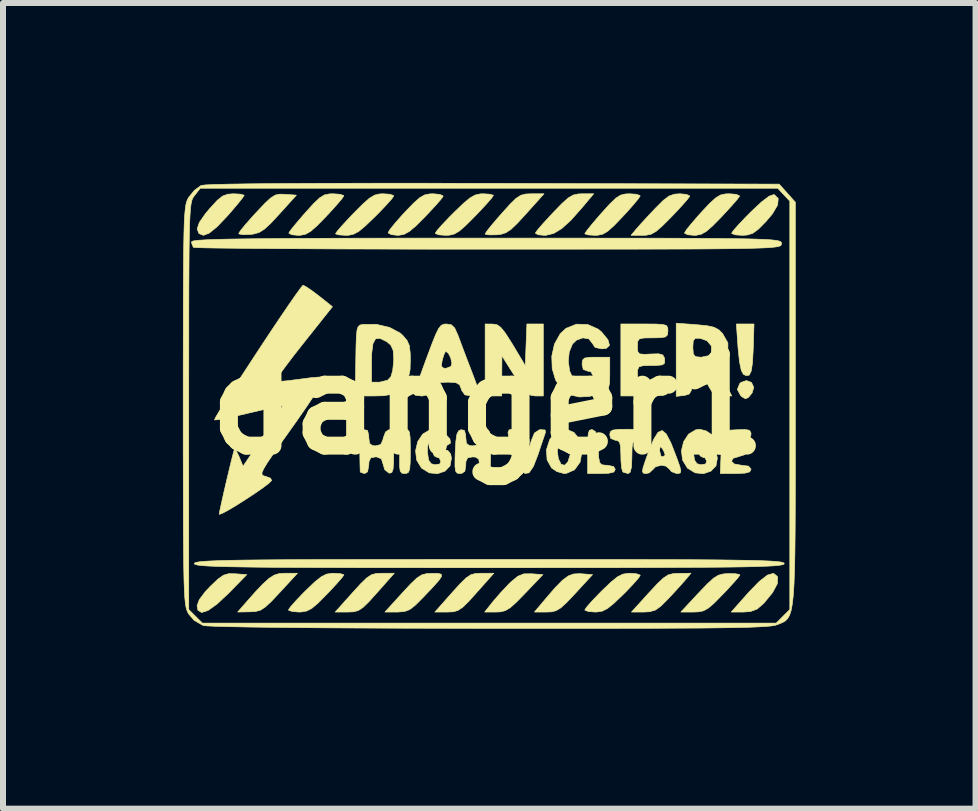
<source format=kicad_pcb>
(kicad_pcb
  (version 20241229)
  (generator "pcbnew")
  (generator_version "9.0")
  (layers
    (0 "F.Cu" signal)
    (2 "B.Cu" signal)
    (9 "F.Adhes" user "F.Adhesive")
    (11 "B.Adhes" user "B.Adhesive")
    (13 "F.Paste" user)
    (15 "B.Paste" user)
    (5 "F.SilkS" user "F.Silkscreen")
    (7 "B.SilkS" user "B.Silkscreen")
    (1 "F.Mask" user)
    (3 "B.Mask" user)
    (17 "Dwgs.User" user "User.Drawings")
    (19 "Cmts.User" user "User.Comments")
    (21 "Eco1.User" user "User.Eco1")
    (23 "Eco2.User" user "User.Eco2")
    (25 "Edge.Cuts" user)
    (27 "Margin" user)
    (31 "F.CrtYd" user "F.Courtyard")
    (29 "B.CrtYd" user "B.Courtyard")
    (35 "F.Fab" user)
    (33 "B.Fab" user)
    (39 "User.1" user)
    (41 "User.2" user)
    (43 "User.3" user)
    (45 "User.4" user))
  (footprint "danger1"
    (layer "F.Cu")
    (at 5.085 3.691)
    (property "Reference" "danger1" (at 0 0 0) (layer "F.SilkS") (effects (font (size 1.524 1.524) (thickness 0.3))))
    (attr through_hole)
    (fp_poly (pts (xy 4.396 -0.363) (xy 4.433 -0.283) (xy 4.433 -0.281) (xy 4.406 -0.191) (xy 4.344 -0.114) (xy 4.295 -0.092) (xy 4.242 -0.121) (xy 4.212 -0.148) (xy 4.159 -0.248) (xy 4.198 -0.344) (xy 4.22 -0.365) (xy 4.311 -0.396) (xy 4.396 -0.363)) (stroke (width 0.01) (type solid)) (fill yes) (layer "F.SilkS"))
    (fp_poly (pts (xy 4.424 -0.916) (xy 4.412 -0.695) (xy 4.391 -0.555) (xy 4.357 -0.486) (xy 4.305 -0.478) (xy 4.259 -0.501) (xy 4.224 -0.568) (xy 4.194 -0.715) (xy 4.172 -0.928) (xy 4.171 -0.939) (xy 4.143 -1.339) (xy 4.437 -1.339) (xy 4.424 -0.916)) (stroke (width 0.01) (type solid)) (fill yes) (layer "F.SilkS"))
    (fp_poly (pts (xy 4.825 2.869) (xy 4.831 2.883) (xy 4.826 2.992) (xy 4.747 3.139) (xy 4.604 3.314) (xy 4.49 3.414) (xy 4.376 3.456) (xy 4.259 3.464) (xy 4.057 3.464) (xy 4.344 3.14) (xy 4.525 2.953) (xy 4.664 2.846) (xy 4.763 2.819) (xy 4.825 2.869)) (stroke (width 0.01) (type solid)) (fill yes) (layer "F.SilkS"))
    (fp_poly (pts (xy -4.212 2.826) (xy -4.211 2.826) (xy -4.02 2.84) (xy -4.325 3.152) (xy -4.515 3.33) (xy -4.665 3.437) (xy -4.773 3.472) (xy -4.835 3.434) (xy -4.849 3.358) (xy -4.813 3.259) (xy -4.712 3.124) (xy -4.625 3.032) (xy -4.499 2.913) (xy -4.407 2.849) (xy -4.321 2.824) (xy -4.212 2.826)) (stroke (width 0.01) (type solid)) (fill yes) (layer "F.SilkS"))
    (fp_poly (pts (xy -1.847 3.14) (xy -1.984 3.292) (xy -2.082 3.387) (xy -2.159 3.438) (xy -2.238 3.46) (xy -2.337 3.464) (xy -2.34 3.464) (xy -2.546 3.464) (xy -2.256 3.14) (xy -2.118 2.989) (xy -2.02 2.894) (xy -1.941 2.842) (xy -1.863 2.821) (xy -1.764 2.817) (xy -1.561 2.817) (xy -1.847 3.14)) (stroke (width 0.01) (type solid)) (fill yes) (layer "F.SilkS"))
    (fp_poly (pts (xy -0.188 3.14) (xy -0.325 3.292) (xy -0.423 3.387) (xy -0.501 3.438) (xy -0.579 3.46) (xy -0.679 3.464) (xy -0.68 3.464) (xy -0.884 3.464) (xy -0.597 3.14) (xy -0.46 2.989) (xy -0.362 2.894) (xy -0.284 2.842) (xy -0.206 2.821) (xy -0.106 2.817) (xy 0.099 2.817) (xy -0.188 3.14)) (stroke (width 0.01) (type solid)) (fill yes) (layer "F.SilkS"))
    (fp_poly (pts (xy 0.917 2.84) (xy 0.62 3.152) (xy 0.475 3.3) (xy 0.372 3.392) (xy 0.289 3.441) (xy 0.207 3.461) (xy 0.134 3.464) (xy -0.054 3.464) (xy 0.084 3.29) (xy 0.211 3.143) (xy 0.351 2.994) (xy 0.382 2.964) (xy 0.497 2.868) (xy 0.599 2.827) (xy 0.729 2.826) (xy 0.917 2.84)) (stroke (width 0.01) (type solid)) (fill yes) (layer "F.SilkS"))
    (fp_poly (pts (xy 1.56 2.826) (xy 1.745 2.84) (xy 1.458 3.152) (xy 1.318 3.3) (xy 1.218 3.392) (xy 1.138 3.441) (xy 1.057 3.461) (xy 0.973 3.464) (xy 0.776 3.464) (xy 0.961 3.244) (xy 1.121 3.058) (xy 1.242 2.935) (xy 1.34 2.862) (xy 1.43 2.829) (xy 1.53 2.824) (xy 1.56 2.826)) (stroke (width 0.01) (type solid)) (fill yes) (layer "F.SilkS"))
    (fp_poly (pts (xy -3.47 3.137) (xy -3.611 3.287) (xy -3.712 3.381) (xy -3.793 3.433) (xy -3.874 3.455) (xy -3.968 3.46) (xy -4.172 3.464) (xy -4.062 3.337) (xy -3.883 3.134) (xy -3.749 2.993) (xy -3.647 2.901) (xy -3.563 2.848) (xy -3.482 2.823) (xy -3.391 2.817) (xy -3.379 2.817) (xy -3.175 2.817) (xy -3.47 3.137)) (stroke (width 0.01) (type solid)) (fill yes) (layer "F.SilkS"))
    (fp_poly (pts (xy 3.299 2.921) (xy 3.221 3.01) (xy 3.107 3.135) (xy 3.005 3.244) (xy 2.884 3.365) (xy 2.791 3.432) (xy 2.696 3.459) (xy 2.596 3.464) (xy 2.394 3.464) (xy 2.686 3.142) (xy 2.826 2.991) (xy 2.926 2.897) (xy 3.006 2.845) (xy 3.086 2.824) (xy 3.182 2.819) (xy 3.386 2.817) (xy 3.299 2.921)) (stroke (width 0.01) (type solid)) (fill yes) (layer "F.SilkS"))
    (fp_poly (pts (xy -3.38 -3.501) (xy -3.193 -3.487) (xy -3.48 -3.169) (xy -3.623 -3.016) (xy -3.728 -2.919) (xy -3.815 -2.865) (xy -3.906 -2.839) (xy -3.961 -2.832) (xy -4.08 -2.828) (xy -4.148 -2.84) (xy -4.154 -2.849) (xy -4.124 -2.897) (xy -4.044 -2.995) (xy -3.929 -3.126) (xy -3.86 -3.201) (xy -3.72 -3.349) (xy -3.622 -3.44) (xy -3.546 -3.488) (xy -3.472 -3.504) (xy -3.38 -3.501)) (stroke (width 0.01) (type solid)) (fill yes) (layer "F.SilkS"))
    (fp_poly (pts (xy -1.334 0.426) (xy -1.309 0.463) (xy -1.297 0.552) (xy -1.293 0.71) (xy -1.293 0.782) (xy -1.295 0.967) (xy -1.304 1.078) (xy -1.324 1.134) (xy -1.36 1.153) (xy -1.387 1.155) (xy -1.435 1.148) (xy -1.462 1.115) (xy -1.472 1.037) (xy -1.472 0.895) (xy -1.468 0.797) (xy -1.458 0.612) (xy -1.441 0.5) (xy -1.413 0.444) (xy -1.374 0.424) (xy -1.334 0.426)) (stroke (width 0.01) (type solid)) (fill yes) (layer "F.SilkS"))
    (fp_poly (pts (xy -0.833 2.82) (xy -0.779 2.833) (xy -0.772 2.868) (xy -0.817 2.936) (xy -0.918 3.049) (xy -1.078 3.218) (xy -1.081 3.221) (xy -1.209 3.349) (xy -1.303 3.422) (xy -1.391 3.455) (xy -1.499 3.464) (xy -1.515 3.464) (xy -1.717 3.464) (xy -1.424 3.142) (xy -1.284 2.991) (xy -1.184 2.897) (xy -1.104 2.845) (xy -1.024 2.824) (xy -0.93 2.819) (xy -0.833 2.82)) (stroke (width 0.01) (type solid)) (fill yes) (layer "F.SilkS"))
    (fp_poly (pts (xy 0.635 -3.175) (xy 0.491 -3.018) (xy 0.386 -2.918) (xy 0.301 -2.861) (xy 0.217 -2.834) (xy 0.145 -2.826) (xy 0.027 -2.824) (xy -0.04 -2.835) (xy -0.046 -2.841) (xy -0.017 -2.887) (xy 0.06 -2.984) (xy 0.171 -3.115) (xy 0.238 -3.19) (xy 0.374 -3.341) (xy 0.471 -3.435) (xy 0.549 -3.485) (xy 0.628 -3.506) (xy 0.729 -3.51) (xy 0.936 -3.51) (xy 0.635 -3.175)) (stroke (width 0.01) (type solid)) (fill yes) (layer "F.SilkS"))
    (fp_poly (pts (xy 1.572 -3.281) (xy 1.385 -3.07) (xy 1.231 -2.93) (xy 1.097 -2.849) (xy 0.97 -2.818) (xy 0.939 -2.817) (xy 0.837 -2.827) (xy 0.792 -2.853) (xy 0.793 -2.859) (xy 0.83 -2.91) (xy 0.915 -3.009) (xy 1.035 -3.139) (xy 1.097 -3.206) (xy 1.239 -3.352) (xy 1.341 -3.442) (xy 1.423 -3.489) (xy 1.506 -3.507) (xy 1.574 -3.51) (xy 1.764 -3.51) (xy 1.572 -3.281)) (stroke (width 0.01) (type solid)) (fill yes) (layer "F.SilkS"))
    (fp_poly (pts (xy 4.126 2.825) (xy 4.196 2.838) (xy 4.203 2.845) (xy 4.173 2.888) (xy 4.092 2.981) (xy 3.977 3.106) (xy 3.917 3.168) (xy 3.777 3.311) (xy 3.676 3.398) (xy 3.594 3.444) (xy 3.508 3.461) (xy 3.425 3.464) (xy 3.217 3.464) (xy 3.513 3.146) (xy 3.657 2.996) (xy 3.76 2.901) (xy 3.843 2.85) (xy 3.927 2.828) (xy 4.006 2.823) (xy 4.126 2.825)) (stroke (width 0.01) (type solid)) (fill yes) (layer "F.SilkS"))
    (fp_poly (pts (xy 4.776 -3.495) (xy 4.841 -3.431) (xy 4.831 -3.323) (xy 4.745 -3.176) (xy 4.635 -3.046) (xy 4.51 -2.92) (xy 4.415 -2.85) (xy 4.322 -2.822) (xy 4.242 -2.817) (xy 4.129 -2.825) (xy 4.068 -2.846) (xy 4.064 -2.853) (xy 4.095 -2.899) (xy 4.178 -2.993) (xy 4.298 -3.12) (xy 4.383 -3.206) (xy 4.562 -3.374) (xy 4.689 -3.47) (xy 4.767 -3.497) (xy 4.776 -3.495)) (stroke (width 0.01) (type solid)) (fill yes) (layer "F.SilkS"))
    (fp_poly (pts (xy -4.13 -3.504) (xy -4.068 -3.488) (xy -4.064 -3.483) (xy -4.093 -3.439) (xy -4.17 -3.343) (xy -4.281 -3.212) (xy -4.348 -3.136) (xy -4.518 -2.958) (xy -4.648 -2.853) (xy -4.744 -2.817) (xy -4.816 -2.846) (xy -4.818 -2.848) (xy -4.848 -2.923) (xy -4.812 -3.031) (xy -4.707 -3.182) (xy -4.635 -3.267) (xy -4.515 -3.398) (xy -4.424 -3.471) (xy -4.338 -3.503) (xy -4.243 -3.51) (xy -4.13 -3.504)) (stroke (width 0.01) (type solid)) (fill yes) (layer "F.SilkS"))
    (fp_poly (pts (xy 0.924 -0.139) (xy 0.79 -0.139) (xy 0.718 -0.149) (xy 0.652 -0.189) (xy 0.577 -0.275) (xy 0.478 -0.422) (xy 0.445 -0.473) (xy 0.234 -0.808) (xy 0.232 -0.473) (xy 0.231 -0.139) (xy -0.046 -0.139) (xy -0.046 -1.339) (xy 0.081 -1.338) (xy 0.15 -1.327) (xy 0.214 -1.283) (xy 0.288 -1.192) (xy 0.387 -1.038) (xy 0.416 -0.991) (xy 0.623 -0.645) (xy 0.65 -1.339) (xy 0.924 -1.339) (xy 0.924 -0.139)) (stroke (width 0.01) (type solid)) (fill yes) (layer "F.SilkS"))
    (fp_poly (pts (xy 1.743 0.424) (xy 1.79 0.452) (xy 1.819 0.525) (xy 1.834 0.663) (xy 1.838 0.728) (xy 1.847 0.885) (xy 1.864 0.971) (xy 1.899 1.008) (xy 1.963 1.016) (xy 1.988 1.016) (xy 2.096 1.037) (xy 2.124 1.085) (xy 2.1 1.129) (xy 2.014 1.15) (xy 1.893 1.155) (xy 1.663 1.155) (xy 1.663 0.782) (xy 1.665 0.597) (xy 1.674 0.486) (xy 1.693 0.434) (xy 1.728 0.422) (xy 1.743 0.424)) (stroke (width 0.01) (type solid)) (fill yes) (layer "F.SilkS"))
    (fp_poly (pts (xy 3.309 -3.5) (xy 3.363 -3.476) (xy 3.364 -3.467) (xy 3.326 -3.416) (xy 3.24 -3.317) (xy 3.119 -3.187) (xy 3.055 -3.12) (xy 2.91 -2.975) (xy 2.807 -2.885) (xy 2.723 -2.837) (xy 2.639 -2.819) (xy 2.574 -2.817) (xy 2.387 -2.817) (xy 2.473 -2.921) (xy 2.549 -3.007) (xy 2.664 -3.132) (xy 2.791 -3.267) (xy 2.921 -3.397) (xy 3.018 -3.471) (xy 3.107 -3.503) (xy 3.2 -3.51) (xy 3.309 -3.5)) (stroke (width 0.01) (type solid)) (fill yes) (layer "F.SilkS"))
    (fp_poly (pts (xy -2.469 -3.502) (xy -2.407 -3.483) (xy -2.403 -3.475) (xy -2.433 -3.429) (xy -2.514 -3.333) (xy -2.63 -3.204) (xy -2.7 -3.129) (xy -2.847 -2.979) (xy -2.952 -2.886) (xy -3.037 -2.837) (xy -3.119 -2.819) (xy -3.165 -2.817) (xy -3.269 -2.827) (xy -3.318 -2.853) (xy -3.317 -2.86) (xy -3.282 -2.912) (xy -3.199 -3.014) (xy -3.085 -3.148) (xy -3.033 -3.207) (xy -2.899 -3.354) (xy -2.803 -3.444) (xy -2.724 -3.491) (xy -2.641 -3.508) (xy -2.583 -3.51) (xy -2.469 -3.502)) (stroke (width 0.01) (type solid)) (fill yes) (layer "F.SilkS"))
    (fp_poly (pts (xy -2.462 2.824) (xy -2.404 2.84) (xy -2.401 2.845) (xy -2.431 2.888) (xy -2.512 2.981) (xy -2.627 3.106) (xy -2.687 3.168) (xy -2.83 3.313) (xy -2.934 3.401) (xy -3.019 3.446) (xy -3.105 3.462) (xy -3.148 3.464) (xy -3.261 3.455) (xy -3.322 3.435) (xy -3.325 3.428) (xy -3.294 3.381) (xy -3.212 3.287) (xy -3.094 3.163) (xy -3.035 3.104) (xy -2.887 2.962) (xy -2.779 2.876) (xy -2.692 2.832) (xy -2.602 2.818) (xy -2.573 2.817) (xy -2.462 2.824)) (stroke (width 0.01) (type solid)) (fill yes) (layer "F.SilkS"))
    (fp_poly (pts (xy -1.634 -3.502) (xy -1.573 -3.481) (xy -1.57 -3.474) (xy -1.601 -3.428) (xy -1.684 -3.334) (xy -1.804 -3.207) (xy -1.883 -3.128) (xy -2.037 -2.98) (xy -2.147 -2.887) (xy -2.235 -2.838) (xy -2.319 -2.819) (xy -2.368 -2.817) (xy -2.479 -2.824) (xy -2.537 -2.84) (xy -2.54 -2.845) (xy -2.51 -2.889) (xy -2.429 -2.982) (xy -2.311 -3.109) (xy -2.232 -3.192) (xy -2.082 -3.342) (xy -1.975 -3.436) (xy -1.89 -3.487) (xy -1.809 -3.507) (xy -1.747 -3.51) (xy -1.634 -3.502)) (stroke (width 0.01) (type solid)) (fill yes) (layer "F.SilkS"))
    (fp_poly (pts (xy -0.803 -3.5) (xy -0.748 -3.476) (xy -0.747 -3.467) (xy -0.784 -3.416) (xy -0.87 -3.317) (xy -0.991 -3.187) (xy -1.055 -3.12) (xy -1.204 -2.971) (xy -1.313 -2.88) (xy -1.4 -2.833) (xy -1.484 -2.818) (xy -1.506 -2.817) (xy -1.611 -2.829) (xy -1.662 -2.857) (xy -1.663 -2.862) (xy -1.633 -2.914) (xy -1.553 -3.014) (xy -1.438 -3.145) (xy -1.379 -3.209) (xy -1.238 -3.355) (xy -1.137 -3.444) (xy -1.055 -3.491) (xy -0.971 -3.508) (xy -0.914 -3.51) (xy -0.803 -3.5)) (stroke (width 0.01) (type solid)) (fill yes) (layer "F.SilkS"))
    (fp_poly (pts (xy 0.031 -3.503) (xy 0.09 -3.486) (xy 0.092 -3.482) (xy 0.062 -3.438) (xy -0.019 -3.345) (xy -0.136 -3.218) (xy -0.216 -3.135) (xy -0.366 -2.985) (xy -0.473 -2.891) (xy -0.558 -2.84) (xy -0.639 -2.82) (xy -0.701 -2.817) (xy -0.814 -2.825) (xy -0.874 -2.846) (xy -0.877 -2.853) (xy -0.847 -2.899) (xy -0.764 -2.993) (xy -0.644 -3.12) (xy -0.565 -3.199) (xy -0.411 -3.347) (xy -0.3 -3.44) (xy -0.213 -3.489) (xy -0.129 -3.508) (xy -0.08 -3.51) (xy 0.031 -3.503)) (stroke (width 0.01) (type solid)) (fill yes) (layer "F.SilkS"))
    (fp_poly (pts (xy 2.474 -3.502) (xy 2.535 -3.482) (xy 2.539 -3.475) (xy 2.509 -3.428) (xy 2.43 -3.332) (xy 2.315 -3.202) (xy 2.247 -3.129) (xy 2.103 -2.979) (xy 1.999 -2.886) (xy 1.916 -2.837) (xy 1.835 -2.819) (xy 1.786 -2.817) (xy 1.676 -2.824) (xy 1.619 -2.841) (xy 1.616 -2.846) (xy 1.645 -2.89) (xy 1.722 -2.987) (xy 1.833 -3.118) (xy 1.898 -3.192) (xy 2.036 -3.344) (xy 2.135 -3.438) (xy 2.214 -3.488) (xy 2.293 -3.507) (xy 2.36 -3.51) (xy 2.474 -3.502)) (stroke (width 0.01) (type solid)) (fill yes) (layer "F.SilkS"))
    (fp_poly (pts (xy 2.479 2.826) (xy 2.537 2.847) (xy 2.54 2.853) (xy 2.509 2.9) (xy 2.427 2.993) (xy 2.309 3.118) (xy 2.25 3.176) (xy 2.102 3.318) (xy 1.994 3.405) (xy 1.907 3.449) (xy 1.817 3.463) (xy 1.788 3.464) (xy 1.677 3.455) (xy 1.619 3.434) (xy 1.616 3.428) (xy 1.647 3.381) (xy 1.729 3.287) (xy 1.848 3.163) (xy 1.906 3.104) (xy 2.055 2.962) (xy 2.162 2.876) (xy 2.25 2.832) (xy 2.339 2.818) (xy 2.368 2.817) (xy 2.479 2.826)) (stroke (width 0.01) (type solid)) (fill yes) (layer "F.SilkS"))
    (fp_poly (pts (xy 4.137 -3.501) (xy 4.193 -3.478) (xy 4.195 -3.468) (xy 4.158 -3.417) (xy 4.072 -3.318) (xy 3.953 -3.188) (xy 3.891 -3.121) (xy 3.745 -2.973) (xy 3.639 -2.881) (xy 3.554 -2.834) (xy 3.471 -2.818) (xy 3.441 -2.817) (xy 3.334 -2.827) (xy 3.28 -2.851) (xy 3.279 -2.857) (xy 3.308 -2.906) (xy 3.387 -3.005) (xy 3.5 -3.136) (xy 3.56 -3.203) (xy 3.699 -3.351) (xy 3.799 -3.442) (xy 3.879 -3.49) (xy 3.961 -3.508) (xy 4.026 -3.51) (xy 4.137 -3.501)) (stroke (width 0.01) (type solid)) (fill yes) (layer "F.SilkS"))
    (fp_poly (pts (xy 0.471 0.441) (xy 0.523 0.528) (xy 0.555 0.626) (xy 0.6 0.754) (xy 0.642 0.792) (xy 0.683 0.739) (xy 0.726 0.6) (xy 0.777 0.478) (xy 0.857 0.426) (xy 0.875 0.423) (xy 0.954 0.428) (xy 0.96 0.469) (xy 0.935 0.542) (xy 0.89 0.674) (xy 0.836 0.838) (xy 0.834 0.843) (xy 0.758 1.038) (xy 0.687 1.142) (xy 0.617 1.154) (xy 0.546 1.077) (xy 0.469 0.909) (xy 0.466 0.902) (xy 0.39 0.69) (xy 0.346 0.55) (xy 0.335 0.466) (xy 0.355 0.426) (xy 0.402 0.416) (xy 0.405 0.416) (xy 0.471 0.441)) (stroke (width 0.01) (type solid)) (fill yes) (layer "F.SilkS"))
    (fp_poly (pts (xy 2.495 0.419) (xy 2.585 0.431) (xy 2.624 0.46) (xy 2.632 0.508) (xy 2.605 0.58) (xy 2.517 0.6) (xy 2.453 0.606) (xy 2.418 0.638) (xy 2.404 0.718) (xy 2.401 0.868) (xy 2.401 0.877) (xy 2.395 1.045) (xy 2.372 1.133) (xy 2.34 1.155) (xy 2.261 1.134) (xy 2.248 1.124) (xy 2.23 1.064) (xy 2.219 0.943) (xy 2.217 0.847) (xy 2.212 0.703) (xy 2.194 0.629) (xy 2.153 0.602) (xy 2.124 0.6) (xy 2.047 0.568) (xy 2.032 0.508) (xy 2.041 0.458) (xy 2.083 0.43) (xy 2.177 0.418) (xy 2.332 0.416) (xy 2.495 0.419)) (stroke (width 0.01) (type solid)) (fill yes) (layer "F.SilkS"))
    (fp_poly (pts (xy 1.436 0.47) (xy 1.526 0.582) (xy 1.569 0.747) (xy 1.57 0.785) (xy 1.537 0.965) (xy 1.445 1.092) (xy 1.308 1.152) (xy 1.27 1.155) (xy 1.151 1.122) (xy 1.062 1.062) (xy 0.987 0.927) (xy 0.977 0.777) (xy 1.157 0.777) (xy 1.175 0.907) (xy 1.221 1.001) (xy 1.279 1.016) (xy 1.334 0.96) (xy 1.371 0.842) (xy 1.377 0.793) (xy 1.381 0.669) (xy 1.364 0.614) (xy 1.313 0.605) (xy 1.285 0.608) (xy 1.189 0.66) (xy 1.157 0.777) (xy 0.977 0.777) (xy 0.976 0.759) (xy 1.029 0.593) (xy 1.066 0.537) (xy 1.187 0.438) (xy 1.317 0.419) (xy 1.436 0.47)) (stroke (width 0.01) (type solid)) (fill yes) (layer "F.SilkS"))
    (fp_poly (pts (xy 4.359 0.433) (xy 4.385 0.471) (xy 4.387 0.506) (xy 4.37 0.571) (xy 4.302 0.597) (xy 4.226 0.6) (xy 4.119 0.612) (xy 4.065 0.64) (xy 4.064 0.647) (xy 4.104 0.679) (xy 4.201 0.693) (xy 4.206 0.693) (xy 4.306 0.705) (xy 4.335 0.749) (xy 4.333 0.774) (xy 4.277 0.842) (xy 4.191 0.869) (xy 4.087 0.901) (xy 4.062 0.951) (xy 4.11 0.996) (xy 4.226 1.016) (xy 4.345 1.031) (xy 4.387 1.079) (xy 4.387 1.085) (xy 4.365 1.127) (xy 4.285 1.148) (xy 4.131 1.155) (xy 3.875 1.155) (xy 3.889 0.797) (xy 3.902 0.439) (xy 4.145 0.425) (xy 4.287 0.42) (xy 4.359 0.433)) (stroke (width 0.01) (type solid)) (fill yes) (layer "F.SilkS"))
    (fp_poly (pts (xy 2.973 0.493) (xy 3.048 0.636) (xy 3.08 0.714) (xy 3.156 0.912) (xy 3.201 1.04) (xy 3.217 1.112) (xy 3.207 1.145) (xy 3.173 1.154) (xy 3.148 1.155) (xy 3.061 1.123) (xy 3.031 1.085) (xy 2.97 1.032) (xy 2.893 1.016) (xy 2.796 1.041) (xy 2.754 1.085) (xy 2.691 1.143) (xy 2.637 1.155) (xy 2.595 1.15) (xy 2.577 1.123) (xy 2.587 1.058) (xy 2.627 0.936) (xy 2.677 0.797) (xy 2.686 0.774) (xy 2.864 0.774) (xy 2.881 0.855) (xy 2.909 0.877) (xy 2.954 0.851) (xy 2.955 0.843) (xy 2.932 0.778) (xy 2.909 0.739) (xy 2.876 0.703) (xy 2.864 0.749) (xy 2.864 0.774) (xy 2.686 0.774) (xy 2.762 0.588) (xy 2.836 0.468) (xy 2.905 0.437) (xy 2.973 0.493)) (stroke (width 0.01) (type solid)) (fill yes) (layer "F.SilkS"))
    (fp_poly (pts (xy -0.799 0.441) (xy -0.701 0.503) (xy -0.633 0.579) (xy -0.623 0.645) (xy -0.624 0.648) (xy -0.693 0.691) (xy -0.786 0.65) (xy -0.813 0.625) (xy -0.903 0.572) (xy -0.97 0.601) (xy -1.006 0.704) (xy -1.007 0.802) (xy -0.989 0.929) (xy -0.948 0.989) (xy -0.889 1.008) (xy -0.803 0.996) (xy -0.785 0.95) (xy -0.813 0.893) (xy -0.84 0.889) (xy -0.894 0.861) (xy -0.913 0.817) (xy -0.911 0.76) (xy -0.855 0.743) (xy -0.778 0.747) (xy -0.669 0.77) (xy -0.621 0.828) (xy -0.608 0.898) (xy -0.631 1.027) (xy -0.716 1.115) (xy -0.84 1.157) (xy -0.978 1.143) (xy -1.105 1.065) (xy -1.108 1.062) (xy -1.188 0.929) (xy -1.206 0.774) (xy -1.17 0.622) (xy -1.087 0.497) (xy -0.967 0.425) (xy -0.901 0.416) (xy -0.799 0.441)) (stroke (width 0.01) (type solid)) (fill yes) (layer "F.SilkS"))
    (fp_poly (pts (xy 3.641 0.445) (xy 3.749 0.517) (xy 3.821 0.603) (xy 3.833 0.647) (xy 3.8 0.688) (xy 3.722 0.684) (xy 3.637 0.64) (xy 3.621 0.625) (xy 3.531 0.572) (xy 3.463 0.601) (xy 3.428 0.704) (xy 3.427 0.802) (xy 3.445 0.929) (xy 3.485 0.989) (xy 3.544 1.008) (xy 3.63 0.996) (xy 3.648 0.95) (xy 3.621 0.893) (xy 3.593 0.889) (xy 3.54 0.861) (xy 3.52 0.817) (xy 3.522 0.76) (xy 3.579 0.743) (xy 3.656 0.747) (xy 3.764 0.77) (xy 3.812 0.828) (xy 3.826 0.898) (xy 3.803 1.027) (xy 3.717 1.115) (xy 3.594 1.157) (xy 3.456 1.143) (xy 3.328 1.065) (xy 3.325 1.062) (xy 3.245 0.929) (xy 3.227 0.774) (xy 3.264 0.622) (xy 3.346 0.497) (xy 3.467 0.425) (xy 3.533 0.416) (xy 3.641 0.445)) (stroke (width 0.01) (type solid)) (fill yes) (layer "F.SilkS"))
    (fp_poly (pts (xy -2.007 0.436) (xy -1.987 0.516) (xy -1.986 0.551) (xy -1.974 0.652) (xy -1.924 0.689) (xy -1.873 0.693) (xy -1.786 0.671) (xy -1.75 0.59) (xy -1.746 0.566) (xy -1.707 0.461) (xy -1.651 0.424) (xy -1.611 0.426) (xy -1.587 0.463) (xy -1.574 0.551) (xy -1.57 0.709) (xy -1.57 0.785) (xy -1.572 0.971) (xy -1.581 1.082) (xy -1.601 1.136) (xy -1.635 1.148) (xy -1.651 1.146) (xy -1.72 1.09) (xy -1.746 1.004) (xy -1.776 0.909) (xy -1.852 0.878) (xy -1.873 0.877) (xy -1.954 0.893) (xy -1.983 0.958) (xy -1.986 1.016) (xy -2.006 1.126) (xy -2.055 1.155) (xy -2.119 1.136) (xy -2.129 1.12) (xy -2.131 1.059) (xy -2.134 0.933) (xy -2.136 0.769) (xy -2.136 0.762) (xy -2.134 0.587) (xy -2.121 0.485) (xy -2.093 0.436) (xy -2.063 0.424) (xy -2.007 0.436)) (stroke (width 0.01) (type solid)) (fill yes) (layer "F.SilkS"))
    (fp_poly (pts (xy -0.000162 0.423) (xy 0.027 0.459) (xy 0.041 0.541) (xy 0.046 0.688) (xy 0.046 0.785) (xy 0.044 0.969) (xy 0.035 1.079) (xy 0.015 1.135) (xy -0.022 1.153) (xy -0.046 1.155) (xy -0.114 1.133) (xy -0.138 1.052) (xy -0.139 1.016) (xy -0.151 0.917) (xy -0.204 0.881) (xy -0.254 0.877) (xy -0.337 0.892) (xy -0.367 0.956) (xy -0.369 1.016) (xy -0.384 1.117) (xy -0.437 1.153) (xy -0.464 1.155) (xy -0.511 1.148) (xy -0.538 1.115) (xy -0.549 1.037) (xy -0.548 0.895) (xy -0.545 0.797) (xy -0.534 0.612) (xy -0.517 0.5) (xy -0.489 0.444) (xy -0.45 0.424) (xy -0.392 0.434) (xy -0.371 0.508) (xy -0.369 0.551) (xy -0.358 0.651) (xy -0.307 0.689) (xy -0.254 0.693) (xy -0.171 0.678) (xy -0.141 0.614) (xy -0.139 0.554) (xy -0.124 0.453) (xy -0.07 0.417) (xy -0.046 0.416) (xy -0.000162 0.423)) (stroke (width 0.01) (type solid)) (fill yes) (layer "F.SilkS"))
    (fp_poly (pts (xy 3.473 -1.328) (xy 3.655 -1.31) (xy 3.773 -1.284) (xy 3.852 -1.24) (xy 3.912 -1.181) (xy 4.002 -1.023) (xy 4.001 -0.865) (xy 3.924 -0.724) (xy 3.83 -0.604) (xy 3.948 -0.371) (xy 4.066 -0.139) (xy 3.912 -0.139) (xy 3.815 -0.149) (xy 3.747 -0.193) (xy 3.684 -0.295) (xy 3.658 -0.346) (xy 3.572 -0.492) (xy 3.499 -0.55) (xy 3.445 -0.52) (xy 3.413 -0.402) (xy 3.409 -0.358) (xy 3.393 -0.233) (xy 3.357 -0.172) (xy 3.284 -0.149) (xy 3.267 -0.147) (xy 3.14 -0.132) (xy 3.14 -0.95) (xy 3.417 -0.95) (xy 3.417 -0.95) (xy 3.425 -0.84) (xy 3.462 -0.794) (xy 3.554 -0.785) (xy 3.557 -0.785) (xy 3.678 -0.81) (xy 3.726 -0.861) (xy 3.727 -0.971) (xy 3.654 -1.059) (xy 3.54 -1.1) (xy 3.458 -1.101) (xy 3.424 -1.059) (xy 3.417 -0.95) (xy 3.14 -0.95) (xy 3.14 -1.352) (xy 3.473 -1.328)) (stroke (width 0.01) (type solid)) (fill yes) (layer "F.SilkS"))
    (fp_poly (pts (xy -1.64 -1.282) (xy -1.463 -1.188) (xy -1.424 -1.154) (xy -1.35 -1.068) (xy -1.31 -0.979) (xy -1.295 -0.853) (xy -1.293 -0.738) (xy -1.298 -0.573) (xy -1.32 -0.466) (xy -1.372 -0.379) (xy -1.45 -0.296) (xy -1.543 -0.21) (xy -1.627 -0.163) (xy -1.734 -0.143) (xy -1.899 -0.139) (xy -1.91 -0.139) (xy -2.213 -0.139) (xy -2.203 -0.717) (xy -1.94 -0.717) (xy -1.94 -0.369) (xy -1.803 -0.369) (xy -1.672 -0.402) (xy -1.618 -0.459) (xy -1.588 -0.559) (xy -1.572 -0.704) (xy -1.57 -0.758) (xy -1.58 -0.901) (xy -1.62 -0.988) (xy -1.685 -1.043) (xy -1.796 -1.099) (xy -1.872 -1.092) (xy -1.916 -1.012) (xy -1.937 -0.853) (xy -1.94 -0.717) (xy -2.203 -0.717) (xy -2.203 -0.727) (xy -2.199 -0.969) (xy -2.193 -1.134) (xy -2.182 -1.238) (xy -2.163 -1.295) (xy -2.133 -1.321) (xy -2.089 -1.331) (xy -2.082 -1.332) (xy -1.858 -1.333) (xy -1.64 -1.282)) (stroke (width 0.01) (type solid)) (fill yes) (layer "F.SilkS"))
    (fp_poly (pts (xy 1.665 -1.33) (xy 1.841 -1.252) (xy 1.897 -1.204) (xy 2.002 -1.076) (xy 2.028 -0.984) (xy 1.975 -0.933) (xy 1.899 -0.924) (xy 1.787 -0.948) (xy 1.742 -1.016) (xy 1.684 -1.09) (xy 1.585 -1.108) (xy 1.478 -1.07) (xy 1.411 -1.006) (xy 1.356 -0.873) (xy 1.341 -0.714) (xy 1.363 -0.557) (xy 1.418 -0.43) (xy 1.5 -0.362) (xy 1.51 -0.359) (xy 1.646 -0.356) (xy 1.734 -0.404) (xy 1.755 -0.467) (xy 1.72 -0.54) (xy 1.663 -0.554) (xy 1.59 -0.581) (xy 1.57 -0.67) (xy 1.578 -0.738) (xy 1.616 -0.772) (xy 1.708 -0.784) (xy 1.801 -0.785) (xy 2.032 -0.785) (xy 2.032 -0.514) (xy 2.029 -0.36) (xy 2.012 -0.272) (xy 1.97 -0.224) (xy 1.905 -0.194) (xy 1.696 -0.131) (xy 1.524 -0.122) (xy 1.385 -0.154) (xy 1.234 -0.249) (xy 1.129 -0.403) (xy 1.072 -0.594) (xy 1.065 -0.801) (xy 1.109 -1.002) (xy 1.205 -1.175) (xy 1.303 -1.267) (xy 1.476 -1.336) (xy 1.665 -1.33)) (stroke (width 0.01) (type solid)) (fill yes) (layer "F.SilkS"))
    (fp_poly (pts (xy 2.799 -1.338) (xy 2.915 -1.331) (xy 2.976 -1.314) (xy 2.998 -1.279) (xy 3.002 -1.224) (xy 2.995 -1.158) (xy 2.96 -1.123) (xy 2.875 -1.11) (xy 2.748 -1.108) (xy 2.603 -1.106) (xy 2.527 -1.091) (xy 2.498 -1.05) (xy 2.494 -0.971) (xy 2.494 -0.966) (xy 2.498 -0.881) (xy 2.528 -0.841) (xy 2.608 -0.833) (xy 2.713 -0.838) (xy 2.847 -0.842) (xy 2.915 -0.824) (xy 2.943 -0.775) (xy 2.947 -0.749) (xy 2.948 -0.689) (xy 2.912 -0.658) (xy 2.819 -0.648) (xy 2.728 -0.647) (xy 2.59 -0.644) (xy 2.521 -0.626) (xy 2.497 -0.578) (xy 2.494 -0.508) (xy 2.498 -0.429) (xy 2.526 -0.388) (xy 2.6 -0.372) (xy 2.744 -0.369) (xy 2.748 -0.369) (xy 2.893 -0.366) (xy 2.969 -0.351) (xy 2.998 -0.312) (xy 3.002 -0.254) (xy 2.998 -0.198) (xy 2.975 -0.164) (xy 2.915 -0.146) (xy 2.798 -0.14) (xy 2.609 -0.139) (xy 2.217 -0.139) (xy 2.217 -1.339) (xy 2.609 -1.339) (xy 2.799 -1.338)) (stroke (width 0.01) (type solid)) (fill yes) (layer "F.SilkS"))
    (fp_poly (pts (xy -0.61 -1.326) (xy -0.554 -1.273) (xy -0.501 -1.156) (xy -0.487 -1.12) (xy -0.43 -0.966) (xy -0.355 -0.767) (xy -0.277 -0.565) (xy -0.273 -0.554) (xy -0.21 -0.388) (xy -0.163 -0.256) (xy -0.139 -0.181) (xy -0.138 -0.173) (xy -0.179 -0.149) (xy -0.275 -0.139) (xy -0.276 -0.139) (xy -0.383 -0.157) (xy -0.435 -0.228) (xy -0.443 -0.254) (xy -0.473 -0.327) (xy -0.534 -0.36) (xy -0.654 -0.369) (xy -0.676 -0.369) (xy -0.809 -0.362) (xy -0.881 -0.329) (xy -0.923 -0.256) (xy -0.924 -0.254) (xy -0.982 -0.167) (xy -1.086 -0.139) (xy -1.111 -0.139) (xy -1.205 -0.149) (xy -1.24 -0.176) (xy -1.239 -0.178) (xy -1.218 -0.234) (xy -1.172 -0.359) (xy -1.107 -0.536) (xy -1.071 -0.636) (xy -0.776 -0.636) (xy -0.74 -0.603) (xy -0.698 -0.6) (xy -0.616 -0.631) (xy -0.601 -0.681) (xy -0.619 -0.77) (xy -0.657 -0.848) (xy -0.698 -0.881) (xy -0.71 -0.876) (xy -0.736 -0.82) (xy -0.763 -0.727) (xy -0.776 -0.636) (xy -1.071 -0.636) (xy -1.031 -0.746) (xy -1.019 -0.778) (xy -0.933 -1.008) (xy -0.87 -1.165) (xy -0.822 -1.263) (xy -0.779 -1.315) (xy -0.734 -1.336) (xy -0.69 -1.339) (xy -0.61 -1.326)) (stroke (width 0.01) (type solid)) (fill yes) (layer "F.SilkS"))
    (fp_poly (pts (xy 0.811 2.586) (xy 1.511 2.587) (xy 2.129 2.587) (xy 2.669 2.589) (xy 3.137 2.59) (xy 3.538 2.592) (xy 3.876 2.595) (xy 4.157 2.599) (xy 4.386 2.603) (xy 4.567 2.608) (xy 4.706 2.614) (xy 4.808 2.621) (xy 4.877 2.629) (xy 4.919 2.638) (xy 4.938 2.648) (xy 4.941 2.655) (xy 4.934 2.667) (xy 4.906 2.676) (xy 4.855 2.685) (xy 4.775 2.693) (xy 4.66 2.699) (xy 4.506 2.705) (xy 4.308 2.71) (xy 4.061 2.714) (xy 3.76 2.717) (xy 3.4 2.719) (xy 2.975 2.721) (xy 2.481 2.723) (xy 1.913 2.724) (xy 1.266 2.724) (xy 0.535 2.725) (xy 0.023 2.725) (xy -0.764 2.725) (xy -1.465 2.724) (xy -2.082 2.724) (xy -2.623 2.722) (xy -3.091 2.721) (xy -3.492 2.719) (xy -3.83 2.716) (xy -4.111 2.712) (xy -4.34 2.708) (xy -4.521 2.703) (xy -4.66 2.697) (xy -4.762 2.69) (xy -4.831 2.682) (xy -4.873 2.673) (xy -4.892 2.663) (xy -4.895 2.655) (xy -4.887 2.644) (xy -4.86 2.635) (xy -4.809 2.626) (xy -4.729 2.618) (xy -4.614 2.612) (xy -4.46 2.606) (xy -4.262 2.601) (xy -4.015 2.597) (xy -3.714 2.594) (xy -3.353 2.591) (xy -2.929 2.589) (xy -2.435 2.588) (xy -1.867 2.587) (xy -1.22 2.587) (xy -0.489 2.586) (xy 0.023 2.586) (xy 0.811 2.586)) (stroke (width 0.01) (type solid)) (fill yes) (layer "F.SilkS"))
    (fp_poly (pts (xy 0.757 -2.771) (xy 1.45 -2.771) (xy 2.061 -2.77) (xy 2.595 -2.77) (xy 3.057 -2.769) (xy 3.453 -2.767) (xy 3.788 -2.765) (xy 4.066 -2.762) (xy 4.293 -2.759) (xy 4.475 -2.754) (xy 4.616 -2.749) (xy 4.721 -2.742) (xy 4.796 -2.734) (xy 4.845 -2.725) (xy 4.875 -2.715) (xy 4.89 -2.703) (xy 4.895 -2.69) (xy 4.895 -2.679) (xy 4.894 -2.664) (xy 4.887 -2.651) (xy 4.869 -2.639) (xy 4.835 -2.629) (xy 4.78 -2.621) (xy 4.698 -2.613) (xy 4.585 -2.607) (xy 4.434 -2.602) (xy 4.242 -2.597) (xy 4.002 -2.594) (xy 3.71 -2.591) (xy 3.36 -2.589) (xy 2.948 -2.588) (xy 2.467 -2.587) (xy 1.913 -2.587) (xy 1.281 -2.586) (xy 0.566 -2.586) (xy 0.008 -2.586) (xy -0.656 -2.586) (xy -1.295 -2.587) (xy -1.901 -2.589) (xy -2.469 -2.59) (xy -2.992 -2.593) (xy -3.466 -2.595) (xy -3.883 -2.598) (xy -4.237 -2.602) (xy -4.523 -2.605) (xy -4.735 -2.609) (xy -4.866 -2.613) (xy -4.911 -2.617) (xy -4.94 -2.687) (xy -4.941 -2.709) (xy -4.928 -2.719) (xy -4.886 -2.728) (xy -4.81 -2.736) (xy -4.696 -2.743) (xy -4.538 -2.749) (xy -4.333 -2.754) (xy -4.075 -2.758) (xy -3.759 -2.762) (xy -3.382 -2.765) (xy -2.937 -2.767) (xy -2.422 -2.769) (xy -1.83 -2.77) (xy -1.157 -2.771) (xy -0.399 -2.771) (xy -0.023 -2.771) (xy 0.757 -2.771)) (stroke (width 0.01) (type solid)) (fill yes) (layer "F.SilkS"))
    (fp_poly (pts (xy -3.029 -1.959) (xy -2.928 -1.89) (xy -2.818 -1.807) (xy -2.592 -1.627) (xy -3.077 -1.017) (xy -3.236 -0.815) (xy -3.37 -0.638) (xy -3.471 -0.5) (xy -3.53 -0.411) (xy -3.541 -0.385) (xy -3.488 -0.381) (xy -3.367 -0.39) (xy -3.202 -0.41) (xy -3.148 -0.417) (xy -2.969 -0.441) (xy -2.823 -0.454) (xy -2.736 -0.456) (xy -2.726 -0.455) (xy -2.737 -0.414) (xy -2.795 -0.31) (xy -2.894 -0.153) (xy -3.026 0.045) (xy -3.184 0.273) (xy -3.253 0.37) (xy -3.442 0.636) (xy -3.583 0.836) (xy -3.681 0.98) (xy -3.74 1.079) (xy -3.767 1.14) (xy -3.765 1.175) (xy -3.742 1.192) (xy -3.707 1.201) (xy -3.625 1.232) (xy -3.605 1.27) (xy -3.65 1.315) (xy -3.749 1.391) (xy -3.885 1.485) (xy -4.04 1.587) (xy -4.194 1.685) (xy -4.331 1.766) (xy -4.432 1.82) (xy -4.478 1.835) (xy -4.48 1.832) (xy -4.47 1.774) (xy -4.443 1.65) (xy -4.406 1.483) (xy -4.362 1.293) (xy -4.317 1.104) (xy -4.276 0.935) (xy -4.244 0.809) (xy -4.226 0.748) (xy -4.225 0.746) (xy -4.198 0.772) (xy -4.155 0.858) (xy -4.145 0.881) (xy -4.083 1.033) (xy -3.746 0.536) (xy -3.622 0.35) (xy -3.521 0.194) (xy -3.452 0.082) (xy -3.425 0.029) (xy -3.425 0.027) (xy -3.473 0.032) (xy -3.593 0.056) (xy -3.767 0.095) (xy -3.978 0.144) (xy -3.99 0.147) (xy -4.202 0.196) (xy -4.379 0.234) (xy -4.504 0.257) (xy -4.558 0.261) (xy -4.558 0.26) (xy -4.54 0.218) (xy -4.477 0.111) (xy -4.378 -0.049) (xy -4.25 -0.251) (xy -4.101 -0.482) (xy -3.939 -0.73) (xy -3.772 -0.985) (xy -3.607 -1.234) (xy -3.451 -1.466) (xy -3.313 -1.669) (xy -3.201 -1.83) (xy -3.121 -1.94) (xy -3.083 -1.985) (xy -3.081 -1.985) (xy -3.029 -1.959)) (stroke (width 0.01) (type solid)) (fill yes) (layer "F.SilkS"))
    (fp_poly (pts (xy -1.067 -3.686) (xy -0.254 -3.684) (xy 0.101 -3.684) (xy 4.857 -3.671) (xy 4.991 -3.521) (xy 5.126 -3.37) (xy 5.126 -0.02) (xy 5.126 0.638) (xy 5.126 1.21) (xy 5.125 1.702) (xy 5.123 2.121) (xy 5.119 2.472) (xy 5.113 2.762) (xy 5.104 2.997) (xy 5.092 3.184) (xy 5.076 3.328) (xy 5.056 3.437) (xy 5.031 3.515) (xy 5 3.57) (xy 4.964 3.608) (xy 4.922 3.634) (xy 4.872 3.656) (xy 4.824 3.675) (xy 4.787 3.686) (xy 4.726 3.696) (xy 4.636 3.704) (xy 4.513 3.711) (xy 4.351 3.718) (xy 4.145 3.723) (xy 3.89 3.727) (xy 3.58 3.731) (xy 3.211 3.733) (xy 2.777 3.735) (xy 2.273 3.736) (xy 1.693 3.737) (xy 1.034 3.737) (xy 0.288 3.737) (xy 0.036 3.737) (xy -0.703 3.735) (xy -1.395 3.734) (xy -2.035 3.731) (xy -2.619 3.728) (xy -3.142 3.724) (xy -3.6 3.719) (xy -3.988 3.714) (xy -4.301 3.708) (xy -4.535 3.702) (xy -4.686 3.695) (xy -4.747 3.689) (xy -4.899 3.602) (xy -4.989 3.496) (xy -5.006 3.466) (xy -5.021 3.429) (xy -5.034 3.381) (xy -5.045 3.313) (xy -5.054 3.221) (xy -5.061 3.096) (xy -5.067 2.934) (xy -5.071 2.726) (xy -5.074 2.466) (xy -5.077 2.149) (xy -5.078 1.767) (xy -5.079 1.314) (xy -5.08 0.782) (xy -5.08 0.167) (xy -5.08 0.031) (xy -4.988 0.031) (xy -4.988 3.422) (xy -4.761 3.648) (xy 4.807 3.648) (xy 4.92 3.535) (xy 5.034 3.422) (xy 5.034 -3.388) (xy 4.933 -3.495) (xy 4.833 -3.602) (xy -4.796 -3.602) (xy -4.892 -3.48) (xy -4.91 -3.456) (xy -4.926 -3.428) (xy -4.939 -3.389) (xy -4.95 -3.333) (xy -4.96 -3.254) (xy -4.967 -3.145) (xy -4.974 -3) (xy -4.978 -2.812) (xy -4.982 -2.576) (xy -4.984 -2.283) (xy -4.986 -1.929) (xy -4.987 -1.506) (xy -4.987 -1.008) (xy -4.988 -0.429) (xy -4.988 0.031) (xy -5.08 0.031) (xy -5.08 0.023) (xy -5.08 -0.611) (xy -5.079 -1.16) (xy -5.079 -1.629) (xy -5.077 -2.026) (xy -5.075 -2.356) (xy -5.072 -2.627) (xy -5.068 -2.845) (xy -5.063 -3.017) (xy -5.056 -3.149) (xy -5.047 -3.248) (xy -5.037 -3.321) (xy -5.025 -3.373) (xy -5.01 -3.412) (xy -4.993 -3.444) (xy -4.987 -3.453) (xy -4.894 -3.567) (xy -4.788 -3.645) (xy -4.775 -3.65) (xy -4.707 -3.658) (xy -4.549 -3.665) (xy -4.301 -3.671) (xy -3.968 -3.676) (xy -3.549 -3.68) (xy -3.048 -3.683) (xy -2.466 -3.685) (xy -1.805 -3.686) (xy -1.067 -3.686)) (stroke (width 0.01) (type solid)) (fill yes) (layer "F.SilkS")))
  (gr_rect
    (start -3 -3)
    (end 13.216 10.433)
    (stroke (width 0.1) (type default))
    (fill no)
    (layer "Edge.Cuts")))
</source>
